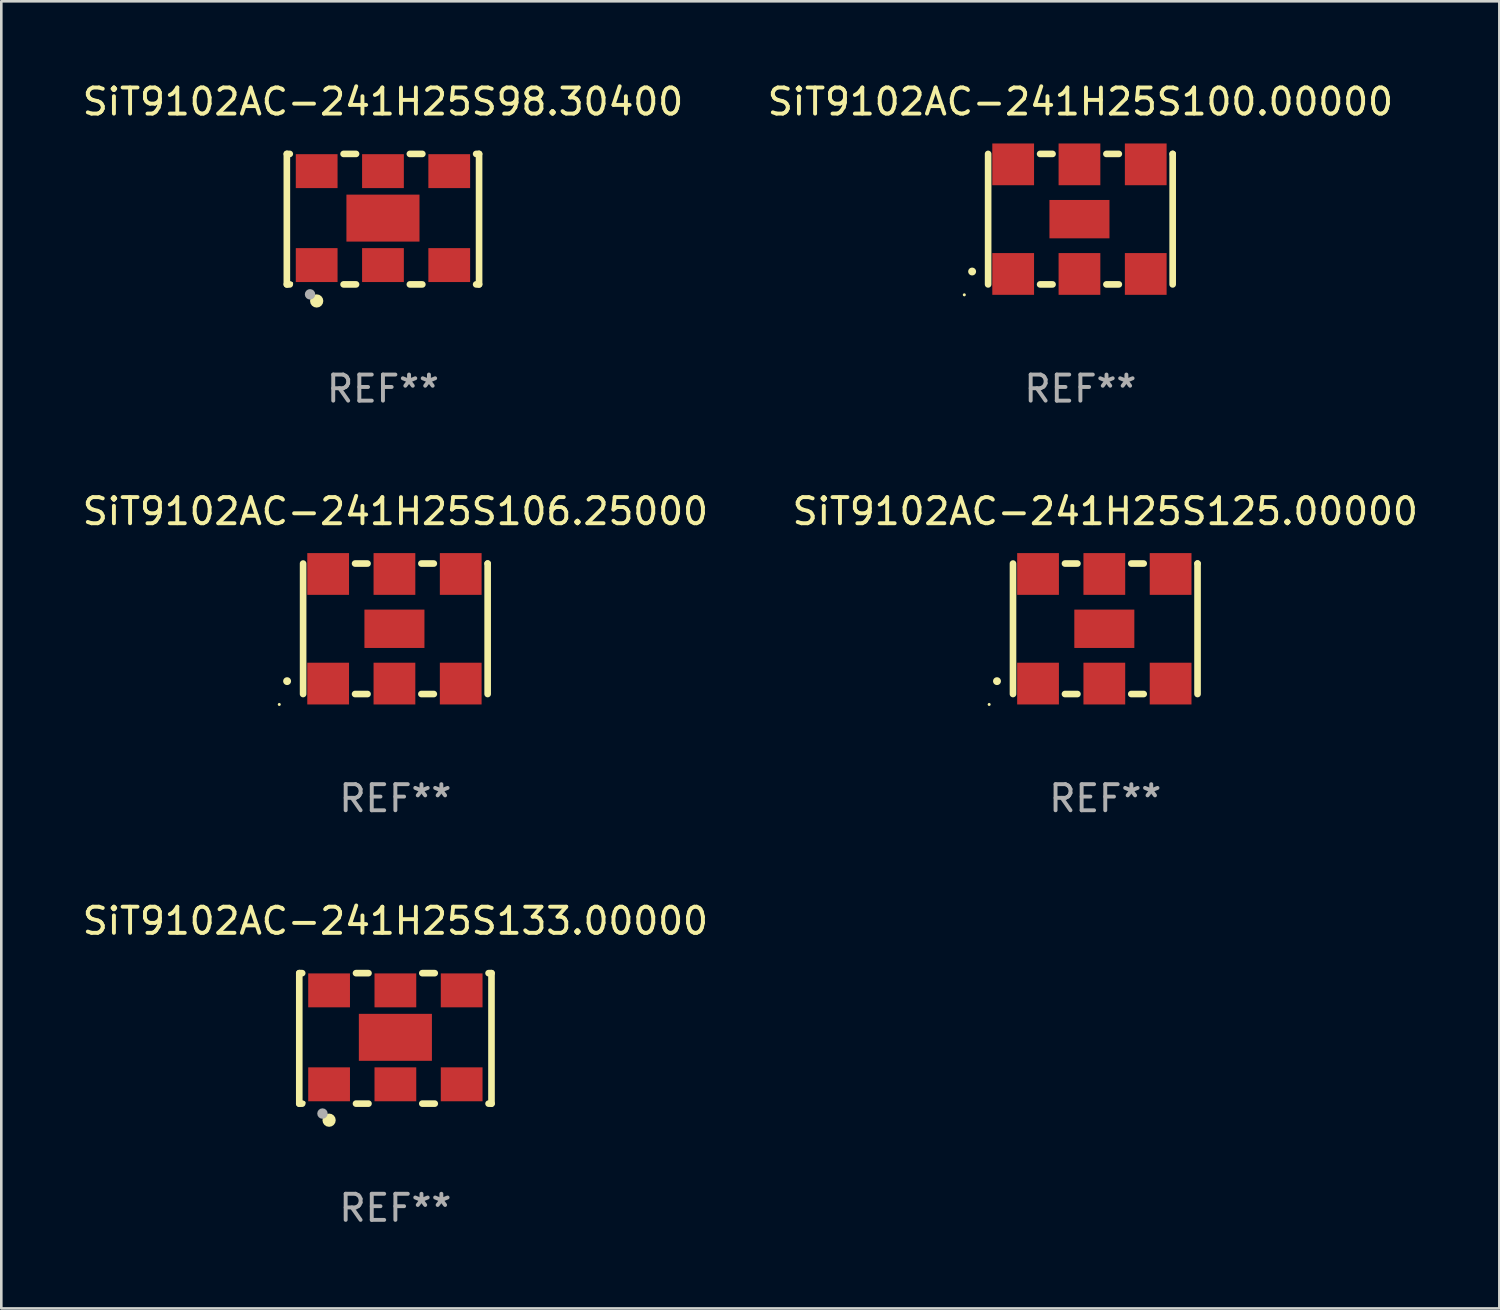
<source format=kicad_pcb>
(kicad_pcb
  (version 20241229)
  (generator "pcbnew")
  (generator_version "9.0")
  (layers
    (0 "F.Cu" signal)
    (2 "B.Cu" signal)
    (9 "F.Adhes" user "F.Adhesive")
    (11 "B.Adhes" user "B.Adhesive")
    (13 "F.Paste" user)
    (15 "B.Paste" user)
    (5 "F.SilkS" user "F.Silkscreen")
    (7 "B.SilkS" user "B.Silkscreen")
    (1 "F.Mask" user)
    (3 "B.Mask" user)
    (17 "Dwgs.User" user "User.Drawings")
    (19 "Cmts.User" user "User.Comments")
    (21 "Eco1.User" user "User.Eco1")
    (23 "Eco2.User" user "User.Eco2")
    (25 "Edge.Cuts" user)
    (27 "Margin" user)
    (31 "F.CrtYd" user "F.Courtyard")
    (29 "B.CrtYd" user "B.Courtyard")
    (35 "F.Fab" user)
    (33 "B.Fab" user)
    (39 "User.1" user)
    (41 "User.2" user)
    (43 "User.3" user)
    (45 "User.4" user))
  (footprint "SiT9102AC-241H25S106.25000"
    (layer "F.Cu")
    (at 12.101 21.045)
    (property "Reference" "SiT9102AC-241H25S106.25000" (at 0 -4.5 0) (layer "F.SilkS") (effects (font (size 1 1) (thickness 0.15))))
    (attr through_hole)
    (fp_line (start -3.536 -2.5) (end -3.536 2.5) (stroke (width 0.254) (type solid)) (layer "F.SilkS"))
    (fp_line (start -1.544 2.5) (end -1.067 2.5) (stroke (width 0.254) (type solid)) (layer "F.SilkS"))
    (fp_line (start -1.067 -2.5) (end -1.544 -2.5) (stroke (width 0.254) (type solid)) (layer "F.SilkS"))
    (fp_line (start 0.996 2.5) (end 1.473 2.5) (stroke (width 0.254) (type solid)) (layer "F.SilkS"))
    (fp_line (start 1.473 -2.5) (end 0.996 -2.5) (stroke (width 0.254) (type solid)) (layer "F.SilkS"))
    (fp_line (start 3.536 -2.5) (end 3.536 -2.5) (stroke (width 0.254) (type solid)) (layer "F.SilkS"))
    (fp_line (start 3.536 2.5) (end 3.536 -2.5) (stroke (width 0.254) (type solid)) (layer "F.SilkS"))
    (fp_arc (start -4.150432 2.006604) (mid -4.149162 2.006599) (end -4.147892 2.006604) (stroke (width 0.3) (type solid)) (layer "F.SilkS"))
    (fp_circle (center -4.449 2.9) (end -4.419 2.9) (stroke (width 0.06) (type solid)) (fill no) (layer "F.SilkS"))
    (fp_text user "REF**" (at 0 6.5 0) (layer "F.Fab") (effects (font (size 1 1) (thickness 0.15))))
    (pad "1" smd rect (at -2.576 2.1) (size 1.6 1.6) (layers "F.Cu" "F.Mask" "F.Paste"))
    (pad "2" smd rect (at -0.036 2.1) (size 1.6 1.6) (layers "F.Cu" "F.Mask" "F.Paste"))
    (pad "3" smd rect (at 2.504 2.1) (size 1.6 1.6) (layers "F.Cu" "F.Mask" "F.Paste"))
    (pad "4" smd rect (at 2.504 -2.1) (size 1.6 1.6) (layers "F.Cu" "F.Mask" "F.Paste"))
    (pad "5" smd rect (at -0.036 -2.1) (size 1.6 1.6) (layers "F.Cu" "F.Mask" "F.Paste"))
    (pad "6" smd rect (at -2.576 -2.1) (size 1.6 1.6) (layers "F.Cu" "F.Mask" "F.Paste"))
    (pad "7" smd rect (at -0.036 0) (size 2.3 1.47) (layers "F.Cu" "F.Mask" "F.Paste")))
  (footprint "SiT9102AC-241H25S133.00000"
    (layer "F.Cu")
    (at 12.101 36.741)
    (property "Reference" "SiT9102AC-241H25S133.00000" (at 0 -4.5 0) (layer "F.SilkS") (effects (font (size 1 1) (thickness 0.15))))
    (attr through_hole)
    (fp_line (start -3.683 -2.5) (end -3.571 -2.5) (stroke (width 0.254) (type solid)) (layer "F.SilkS"))
    (fp_line (start -3.683 2.5) (end -3.683 -2.5) (stroke (width 0.254) (type solid)) (layer "F.SilkS"))
    (fp_line (start -3.683 2.5) (end -3.571 2.5) (stroke (width 0.254) (type solid)) (layer "F.SilkS"))
    (fp_line (start -1.509 -2.5) (end -1.031 -2.5) (stroke (width 0.254) (type solid)) (layer "F.SilkS"))
    (fp_line (start -1.509 2.5) (end -1.031 2.5) (stroke (width 0.254) (type solid)) (layer "F.SilkS"))
    (fp_line (start 1.031 -2.5) (end 1.509 -2.5) (stroke (width 0.254) (type solid)) (layer "F.SilkS"))
    (fp_line (start 1.031 2.5) (end 1.509 2.5) (stroke (width 0.254) (type solid)) (layer "F.SilkS"))
    (fp_line (start 3.571 -2.5) (end 3.683 -2.5) (stroke (width 0.254) (type solid)) (layer "F.SilkS"))
    (fp_line (start 3.571 2.5) (end 3.683 2.5) (stroke (width 0.254) (type solid)) (layer "F.SilkS"))
    (fp_line (start 3.683 2.5) (end 3.683 -2.5) (stroke (width 0.254) (type solid)) (layer "F.SilkS"))
    (fp_circle (center -3.5 2.46) (end -3.47 2.46) (stroke (width 0.06) (type solid)) (fill no) (layer "F.SilkS"))
    (fp_circle (center -2.54 3.135) (end -2.413 3.135) (stroke (width 0.254) (type solid)) (fill no) (layer "F.SilkS"))
    (fp_circle (center -2.794 2.881) (end -2.694 2.881) (stroke (width 0.2) (type solid)) (fill no) (layer "F.Fab"))
    (fp_text user "REF**" (at 0 6.5 0) (layer "F.Fab") (effects (font (size 1 1) (thickness 0.15))))
    (pad "1" smd rect (at -2.54 1.76) (size 1.6 1.3) (layers "F.Cu" "F.Mask" "F.Paste"))
    (pad "2" smd rect (at 0 1.76) (size 1.6 1.3) (layers "F.Cu" "F.Mask" "F.Paste"))
    (pad "3" smd rect (at 2.54 1.76) (size 1.6 1.3) (layers "F.Cu" "F.Mask" "F.Paste"))
    (pad "4" smd rect (at 2.54 -1.84) (size 1.6 1.3) (layers "F.Cu" "F.Mask" "F.Paste"))
    (pad "5" smd rect (at 0 -1.84) (size 1.6 1.3) (layers "F.Cu" "F.Mask" "F.Paste"))
    (pad "6" smd rect (at -2.54 -1.84) (size 1.6 1.3) (layers "F.Cu" "F.Mask" "F.Paste"))
    (pad "7" smd rect (at 0 -0.04) (size 2.8 1.8) (layers "F.Cu" "F.Mask" "F.Paste")))
  (footprint "SiT9102AC-241H25S98.30400"
    (layer "F.Cu")
    (at 11.625 5.348)
    (property "Reference" "SiT9102AC-241H25S98.30400" (at 0 -4.5 0) (layer "F.SilkS") (effects (font (size 1 1) (thickness 0.15))))
    (attr through_hole)
    (fp_line (start -3.683 -2.5) (end -3.571 -2.5) (stroke (width 0.254) (type solid)) (layer "F.SilkS"))
    (fp_line (start -3.683 2.5) (end -3.683 -2.5) (stroke (width 0.254) (type solid)) (layer "F.SilkS"))
    (fp_line (start -3.683 2.5) (end -3.571 2.5) (stroke (width 0.254) (type solid)) (layer "F.SilkS"))
    (fp_line (start -1.509 -2.5) (end -1.031 -2.5) (stroke (width 0.254) (type solid)) (layer "F.SilkS"))
    (fp_line (start -1.509 2.5) (end -1.031 2.5) (stroke (width 0.254) (type solid)) (layer "F.SilkS"))
    (fp_line (start 1.031 -2.5) (end 1.509 -2.5) (stroke (width 0.254) (type solid)) (layer "F.SilkS"))
    (fp_line (start 1.031 2.5) (end 1.509 2.5) (stroke (width 0.254) (type solid)) (layer "F.SilkS"))
    (fp_line (start 3.571 -2.5) (end 3.683 -2.5) (stroke (width 0.254) (type solid)) (layer "F.SilkS"))
    (fp_line (start 3.571 2.5) (end 3.683 2.5) (stroke (width 0.254) (type solid)) (layer "F.SilkS"))
    (fp_line (start 3.683 2.5) (end 3.683 -2.5) (stroke (width 0.254) (type solid)) (layer "F.SilkS"))
    (fp_circle (center -3.5 2.46) (end -3.47 2.46) (stroke (width 0.06) (type solid)) (fill no) (layer "F.SilkS"))
    (fp_circle (center -2.54 3.135) (end -2.413 3.135) (stroke (width 0.254) (type solid)) (fill no) (layer "F.SilkS"))
    (fp_circle (center -2.794 2.881) (end -2.694 2.881) (stroke (width 0.2) (type solid)) (fill no) (layer "F.Fab"))
    (fp_text user "REF**" (at 0 6.5 0) (layer "F.Fab") (effects (font (size 1 1) (thickness 0.15))))
    (pad "1" smd rect (at -2.54 1.76) (size 1.6 1.3) (layers "F.Cu" "F.Mask" "F.Paste"))
    (pad "2" smd rect (at 0 1.76) (size 1.6 1.3) (layers "F.Cu" "F.Mask" "F.Paste"))
    (pad "3" smd rect (at 2.54 1.76) (size 1.6 1.3) (layers "F.Cu" "F.Mask" "F.Paste"))
    (pad "4" smd rect (at 2.54 -1.84) (size 1.6 1.3) (layers "F.Cu" "F.Mask" "F.Paste"))
    (pad "5" smd rect (at 0 -1.84) (size 1.6 1.3) (layers "F.Cu" "F.Mask" "F.Paste"))
    (pad "6" smd rect (at -2.54 -1.84) (size 1.6 1.3) (layers "F.Cu" "F.Mask" "F.Paste"))
    (pad "7" smd rect (at 0 -0.04) (size 2.8 1.8) (layers "F.Cu" "F.Mask" "F.Paste")))
  (footprint "SiT9102AC-241H25S100.00000"
    (layer "F.Cu")
    (at 38.351 5.348)
    (property "Reference" "SiT9102AC-241H25S100.00000" (at 0 -4.5 0) (layer "F.SilkS") (effects (font (size 1 1) (thickness 0.15))))
    (attr through_hole)
    (fp_line (start -3.536 -2.5) (end -3.536 2.5) (stroke (width 0.254) (type solid)) (layer "F.SilkS"))
    (fp_line (start -1.544 2.5) (end -1.067 2.5) (stroke (width 0.254) (type solid)) (layer "F.SilkS"))
    (fp_line (start -1.067 -2.5) (end -1.544 -2.5) (stroke (width 0.254) (type solid)) (layer "F.SilkS"))
    (fp_line (start 0.996 2.5) (end 1.473 2.5) (stroke (width 0.254) (type solid)) (layer "F.SilkS"))
    (fp_line (start 1.473 -2.5) (end 0.996 -2.5) (stroke (width 0.254) (type solid)) (layer "F.SilkS"))
    (fp_line (start 3.536 -2.5) (end 3.536 -2.5) (stroke (width 0.254) (type solid)) (layer "F.SilkS"))
    (fp_line (start 3.536 2.5) (end 3.536 -2.5) (stroke (width 0.254) (type solid)) (layer "F.SilkS"))
    (fp_arc (start -4.150432 2.006604) (mid -4.149162 2.006599) (end -4.147892 2.006604) (stroke (width 0.3) (type solid)) (layer "F.SilkS"))
    (fp_circle (center -4.449 2.9) (end -4.419 2.9) (stroke (width 0.06) (type solid)) (fill no) (layer "F.SilkS"))
    (fp_text user "REF**" (at 0 6.5 0) (layer "F.Fab") (effects (font (size 1 1) (thickness 0.15))))
    (pad "1" smd rect (at -2.576 2.1) (size 1.6 1.6) (layers "F.Cu" "F.Mask" "F.Paste"))
    (pad "2" smd rect (at -0.036 2.1) (size 1.6 1.6) (layers "F.Cu" "F.Mask" "F.Paste"))
    (pad "3" smd rect (at 2.504 2.1) (size 1.6 1.6) (layers "F.Cu" "F.Mask" "F.Paste"))
    (pad "4" smd rect (at 2.504 -2.1) (size 1.6 1.6) (layers "F.Cu" "F.Mask" "F.Paste"))
    (pad "5" smd rect (at -0.036 -2.1) (size 1.6 1.6) (layers "F.Cu" "F.Mask" "F.Paste"))
    (pad "6" smd rect (at -2.576 -2.1) (size 1.6 1.6) (layers "F.Cu" "F.Mask" "F.Paste"))
    (pad "7" smd rect (at -0.036 0) (size 2.3 1.47) (layers "F.Cu" "F.Mask" "F.Paste")))
  (footprint "SiT9102AC-241H25S125.00000"
    (layer "F.Cu")
    (at 39.304 21.045)
    (property "Reference" "SiT9102AC-241H25S125.00000" (at 0 -4.5 0) (layer "F.SilkS") (effects (font (size 1 1) (thickness 0.15))))
    (attr through_hole)
    (fp_line (start -3.536 -2.5) (end -3.536 2.5) (stroke (width 0.254) (type solid)) (layer "F.SilkS"))
    (fp_line (start -1.544 2.5) (end -1.067 2.5) (stroke (width 0.254) (type solid)) (layer "F.SilkS"))
    (fp_line (start -1.067 -2.5) (end -1.544 -2.5) (stroke (width 0.254) (type solid)) (layer "F.SilkS"))
    (fp_line (start 0.996 2.5) (end 1.473 2.5) (stroke (width 0.254) (type solid)) (layer "F.SilkS"))
    (fp_line (start 1.473 -2.5) (end 0.996 -2.5) (stroke (width 0.254) (type solid)) (layer "F.SilkS"))
    (fp_line (start 3.536 -2.5) (end 3.536 -2.5) (stroke (width 0.254) (type solid)) (layer "F.SilkS"))
    (fp_line (start 3.536 2.5) (end 3.536 -2.5) (stroke (width 0.254) (type solid)) (layer "F.SilkS"))
    (fp_arc (start -4.150432 2.006604) (mid -4.149162 2.006599) (end -4.147892 2.006604) (stroke (width 0.3) (type solid)) (layer "F.SilkS"))
    (fp_circle (center -4.449 2.9) (end -4.419 2.9) (stroke (width 0.06) (type solid)) (fill no) (layer "F.SilkS"))
    (fp_text user "REF**" (at 0 6.5 0) (layer "F.Fab") (effects (font (size 1 1) (thickness 0.15))))
    (pad "1" smd rect (at -2.576 2.1) (size 1.6 1.6) (layers "F.Cu" "F.Mask" "F.Paste"))
    (pad "2" smd rect (at -0.036 2.1) (size 1.6 1.6) (layers "F.Cu" "F.Mask" "F.Paste"))
    (pad "3" smd rect (at 2.504 2.1) (size 1.6 1.6) (layers "F.Cu" "F.Mask" "F.Paste"))
    (pad "4" smd rect (at 2.504 -2.1) (size 1.6 1.6) (layers "F.Cu" "F.Mask" "F.Paste"))
    (pad "5" smd rect (at -0.036 -2.1) (size 1.6 1.6) (layers "F.Cu" "F.Mask" "F.Paste"))
    (pad "6" smd rect (at -2.576 -2.1) (size 1.6 1.6) (layers "F.Cu" "F.Mask" "F.Paste"))
    (pad "7" smd rect (at -0.036 0) (size 2.3 1.47) (layers "F.Cu" "F.Mask" "F.Paste")))
  (gr_rect
    (start -3 -3)
    (end 54.405 47.09)
    (stroke (width 0.1) (type default))
    (fill no)
    (layer "Edge.Cuts")))
</source>
